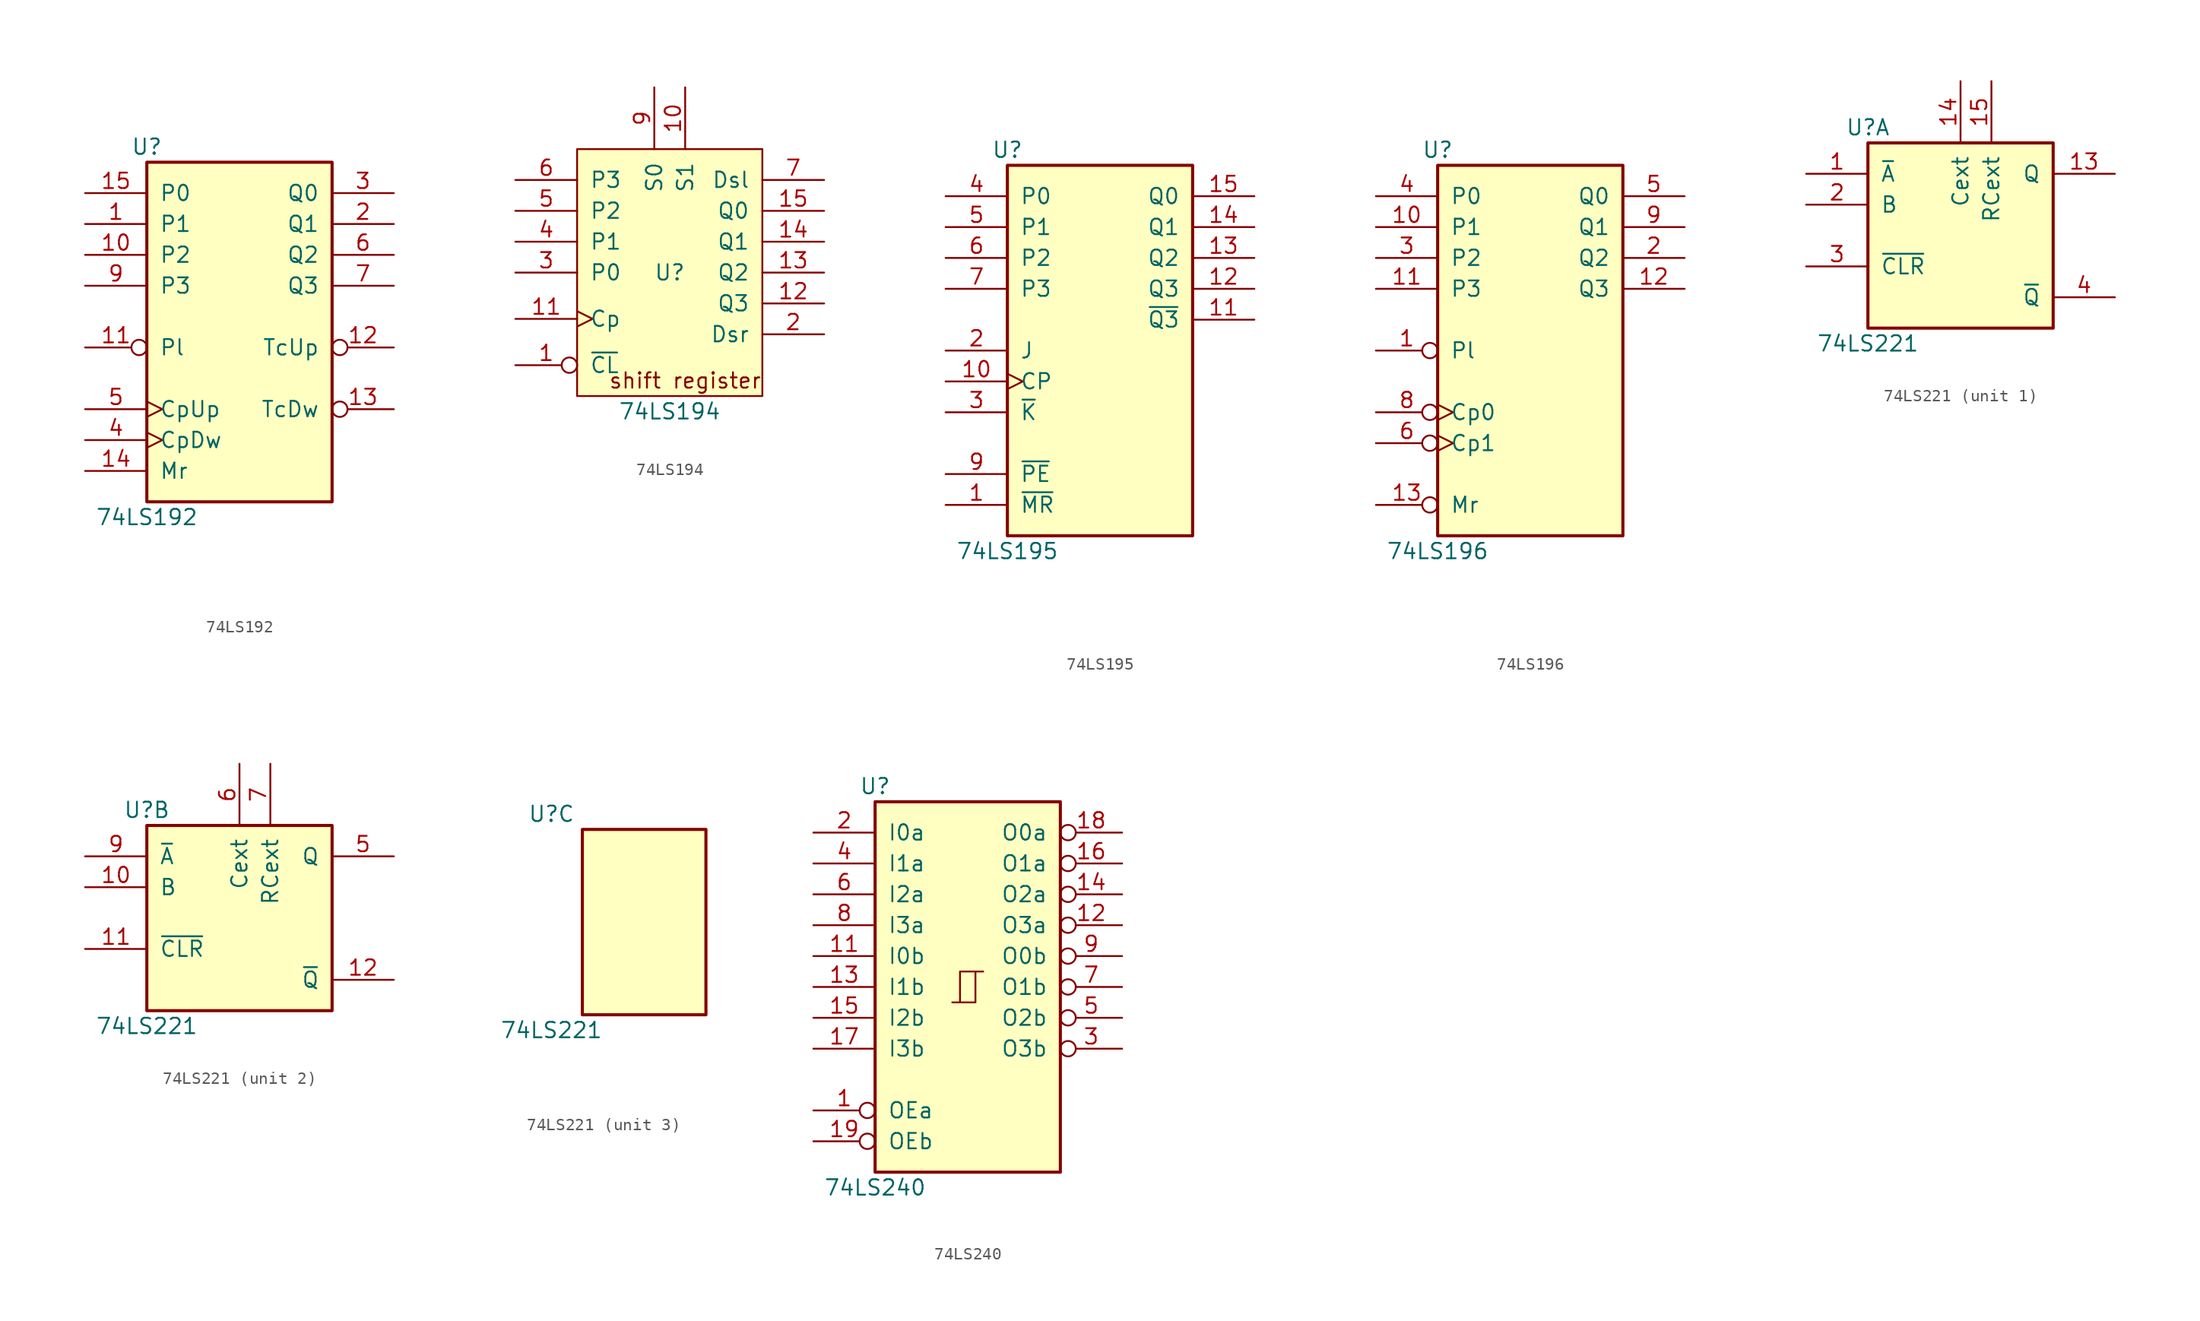
<source format=kicad_sym>
(kicad_symbol_lib
  (version 20231120)
  (generator "kicad_symbol_editor")
  (generator_version "8.0")
  (symbol "74LS192"
    (pin_names
      (offset 1.016))
    (property "Reference" "U"
      (at -7.62 13.97 0)
      (effects (font (size 1.27 1.27))))
    (property "Value" "74LS192"
      (at -7.62 -16.51 0)
      (effects (font (size 1.27 1.27))))
    (property "ki_locked" ""
      (at 0 0 0)
      (effects (font (size 1.27 1.27))))
    (symbol "74LS192_1_0"
      (pin input line (at -12.7 7.62 0) (length 5.08) (name "P1" (effects (font (size 1.27 1.27)))) (number "1" (effects (font (size 1.27 1.27)))))
      (pin input line (at -12.7 5.08 0) (length 5.08) (name "P2" (effects (font (size 1.27 1.27)))) (number "10" (effects (font (size 1.27 1.27)))))
      (pin input inverted (at -12.7 -2.54 0) (length 5.08) (name "Pl" (effects (font (size 1.27 1.27)))) (number "11" (effects (font (size 1.27 1.27)))))
      (pin output inverted (at 12.7 -2.54 180) (length 5.08) (name "TcUp" (effects (font (size 1.27 1.27)))) (number "12" (effects (font (size 1.27 1.27)))))
      (pin output inverted (at 12.7 -7.62 180) (length 5.08) (name "TcDw" (effects (font (size 1.27 1.27)))) (number "13" (effects (font (size 1.27 1.27)))))
      (pin input line (at -12.7 -12.7 0) (length 5.08) (name "Mr" (effects (font (size 1.27 1.27)))) (number "14" (effects (font (size 1.27 1.27)))))
      (pin input line (at -12.7 10.16 0) (length 5.08) (name "P0" (effects (font (size 1.27 1.27)))) (number "15" (effects (font (size 1.27 1.27)))))
      (pin input line (at 0 17.78 270) (length 5.08) hide (name "VCC" (effects (font (size 1.27 1.27)))) (number "16" (effects (font (size 1.27 1.27)))))
      (pin output line (at 12.7 7.62 180) (length 5.08) (name "Q1" (effects (font (size 1.27 1.27)))) (number "2" (effects (font (size 1.27 1.27)))))
      (pin output line (at 12.7 10.16 180) (length 5.08) (name "Q0" (effects (font (size 1.27 1.27)))) (number "3" (effects (font (size 1.27 1.27)))))
      (pin input clock (at -12.7 -10.16 0) (length 5.08) (name "CpDw" (effects (font (size 1.27 1.27)))) (number "4" (effects (font (size 1.27 1.27)))))
      (pin input clock (at -12.7 -7.62 0) (length 5.08) (name "CpUp" (effects (font (size 1.27 1.27)))) (number "5" (effects (font (size 1.27 1.27)))))
      (pin output line (at 12.7 5.08 180) (length 5.08) (name "Q2" (effects (font (size 1.27 1.27)))) (number "6" (effects (font (size 1.27 1.27)))))
      (pin output line (at 12.7 2.54 180) (length 5.08) (name "Q3" (effects (font (size 1.27 1.27)))) (number "7" (effects (font (size 1.27 1.27)))))
      (pin input line (at 0 -20.32 90) (length 5.08) hide (name "GND" (effects (font (size 1.27 1.27)))) (number "8" (effects (font (size 1.27 1.27)))))
      (pin input line (at -12.7 2.54 0) (length 5.08) (name "P3" (effects (font (size 1.27 1.27)))) (number "9" (effects (font (size 1.27 1.27))))))
    (symbol "74LS192_1_1"
      (rectangle (start -7.62 12.7) (end 7.62 -15.24) (stroke (width 0.254) (type default)) (fill (type background)))))
  (symbol "74LS194"
    (pin_names
      (offset 1.016))
    (property "Reference" "U"
      (at 0 -2.54 0)
      (effects (font (size 1.27 1.27))))
    (property "Value" "74LS194"
      (at 0 -13.97 0)
      (effects (font (size 1.27 1.27))))
    (symbol "74LS194_0_0"
      (text "shift register" (at 1.27 -11.43 0) (effects (font (size 1.27 1.27)))))
    (symbol "74LS194_1_0"
      (pin input inverted (at -12.7 -10.16 0) (length 5.08) (name "~{CL}" (effects (font (size 1.27 1.27)))) (number "1" (effects (font (size 1.27 1.27)))))
      (pin input line (at 1.27 12.7 270) (length 5.08) (name "S1" (effects (font (size 1.27 1.27)))) (number "10" (effects (font (size 1.27 1.27)))))
      (pin input clock (at -12.7 -6.35 0) (length 5.08) (name "Cp" (effects (font (size 1.27 1.27)))) (number "11" (effects (font (size 1.27 1.27)))))
      (pin output line (at 12.7 -5.08 180) (length 5.08) (name "Q3" (effects (font (size 1.27 1.27)))) (number "12" (effects (font (size 1.27 1.27)))))
      (pin output line (at 12.7 -2.54 180) (length 5.08) (name "Q2" (effects (font (size 1.27 1.27)))) (number "13" (effects (font (size 1.27 1.27)))))
      (pin output line (at 12.7 0 180) (length 5.08) (name "Q1" (effects (font (size 1.27 1.27)))) (number "14" (effects (font (size 1.27 1.27)))))
      (pin output line (at 12.7 2.54 180) (length 5.08) (name "Q0" (effects (font (size 1.27 1.27)))) (number "15" (effects (font (size 1.27 1.27)))))
      (pin input line (at 12.7 -7.62 180) (length 5.08) (name "Dsr" (effects (font (size 1.27 1.27)))) (number "2" (effects (font (size 1.27 1.27)))))
      (pin input line (at -12.7 -2.54 0) (length 5.08) (name "P0" (effects (font (size 1.27 1.27)))) (number "3" (effects (font (size 1.27 1.27)))))
      (pin input line (at -12.7 0 0) (length 5.08) (name "P1" (effects (font (size 1.27 1.27)))) (number "4" (effects (font (size 1.27 1.27)))))
      (pin input line (at -12.7 2.54 0) (length 5.08) (name "P2" (effects (font (size 1.27 1.27)))) (number "5" (effects (font (size 1.27 1.27)))))
      (pin input line (at -12.7 5.08 0) (length 5.08) (name "P3" (effects (font (size 1.27 1.27)))) (number "6" (effects (font (size 1.27 1.27)))))
      (pin input line (at 12.7 5.08 180) (length 5.08) (name "Dsl" (effects (font (size 1.27 1.27)))) (number "7" (effects (font (size 1.27 1.27)))))
      (pin input line (at -1.27 12.7 270) (length 5.08) (name "S0" (effects (font (size 1.27 1.27)))) (number "9" (effects (font (size 1.27 1.27))))))
    (symbol "74LS194_1_1"
      (rectangle (start -7.62 7.62) (end 7.62 -12.7) (stroke (width 0) (type default)) (fill (type background)))))
  (symbol "74LS195"
    (pin_names
      (offset 1.016))
    (property "Reference" "U"
      (at -7.62 16.51 0)
      (effects (font (size 1.27 1.27))))
    (property "Value" "74LS195"
      (at -7.62 -16.51 0)
      (effects (font (size 1.27 1.27))))
    (property "ki_locked" ""
      (at 0 0 0)
      (effects (font (size 1.27 1.27))))
    (symbol "74LS195_1_0"
      (pin input line (at -12.7 -12.7 0) (length 5.08) (name "~{MR}" (effects (font (size 1.27 1.27)))) (number "1" (effects (font (size 1.27 1.27)))))
      (pin input clock (at -12.7 -2.54 0) (length 5.08) (name "CP" (effects (font (size 1.27 1.27)))) (number "10" (effects (font (size 1.27 1.27)))))
      (pin output line (at 12.7 2.54 180) (length 5.08) (name "~{Q3}" (effects (font (size 1.27 1.27)))) (number "11" (effects (font (size 1.27 1.27)))))
      (pin output line (at 12.7 5.08 180) (length 5.08) (name "Q3" (effects (font (size 1.27 1.27)))) (number "12" (effects (font (size 1.27 1.27)))))
      (pin output line (at 12.7 7.62 180) (length 5.08) (name "Q2" (effects (font (size 1.27 1.27)))) (number "13" (effects (font (size 1.27 1.27)))))
      (pin output line (at 12.7 10.16 180) (length 5.08) (name "Q1" (effects (font (size 1.27 1.27)))) (number "14" (effects (font (size 1.27 1.27)))))
      (pin output line (at 12.7 12.7 180) (length 5.08) (name "Q0" (effects (font (size 1.27 1.27)))) (number "15" (effects (font (size 1.27 1.27)))))
      (pin input line (at 0 20.32 270) (length 5.08) hide (name "VCC" (effects (font (size 1.27 1.27)))) (number "16" (effects (font (size 1.27 1.27)))))
      (pin input line (at -12.7 0 0) (length 5.08) (name "J" (effects (font (size 1.27 1.27)))) (number "2" (effects (font (size 1.27 1.27)))))
      (pin input line (at -12.7 -5.08 0) (length 5.08) (name "~{K}" (effects (font (size 1.27 1.27)))) (number "3" (effects (font (size 1.27 1.27)))))
      (pin input line (at -12.7 12.7 0) (length 5.08) (name "P0" (effects (font (size 1.27 1.27)))) (number "4" (effects (font (size 1.27 1.27)))))
      (pin input line (at -12.7 10.16 0) (length 5.08) (name "P1" (effects (font (size 1.27 1.27)))) (number "5" (effects (font (size 1.27 1.27)))))
      (pin input line (at -12.7 7.62 0) (length 5.08) (name "P2" (effects (font (size 1.27 1.27)))) (number "6" (effects (font (size 1.27 1.27)))))
      (pin input line (at -12.7 5.08 0) (length 5.08) (name "P3" (effects (font (size 1.27 1.27)))) (number "7" (effects (font (size 1.27 1.27)))))
      (pin input line (at 0 -20.32 90) (length 5.08) hide (name "GND" (effects (font (size 1.27 1.27)))) (number "8" (effects (font (size 1.27 1.27)))))
      (pin input line (at -12.7 -10.16 0) (length 5.08) (name "~{PE}" (effects (font (size 1.27 1.27)))) (number "9" (effects (font (size 1.27 1.27))))))
    (symbol "74LS195_1_1"
      (rectangle (start -7.62 15.24) (end 7.62 -15.24) (stroke (width 0.254) (type default)) (fill (type background)))))
  (symbol "74LS196"
    (pin_names
      (offset 1.016))
    (property "Reference" "U"
      (at -7.62 16.51 0)
      (effects (font (size 1.27 1.27))))
    (property "Value" "74LS196"
      (at -7.62 -16.51 0)
      (effects (font (size 1.27 1.27))))
    (property "ki_locked" ""
      (at 0 0 0)
      (effects (font (size 1.27 1.27))))
    (symbol "74LS196_1_0"
      (pin input inverted (at -12.7 0 0) (length 5.08) (name "Pl" (effects (font (size 1.27 1.27)))) (number "1" (effects (font (size 1.27 1.27)))))
      (pin input line (at -12.7 10.16 0) (length 5.08) (name "P1" (effects (font (size 1.27 1.27)))) (number "10" (effects (font (size 1.27 1.27)))))
      (pin input line (at -12.7 5.08 0) (length 5.08) (name "P3" (effects (font (size 1.27 1.27)))) (number "11" (effects (font (size 1.27 1.27)))))
      (pin output line (at 12.7 5.08 180) (length 5.08) (name "Q3" (effects (font (size 1.27 1.27)))) (number "12" (effects (font (size 1.27 1.27)))))
      (pin input inverted (at -12.7 -12.7 0) (length 5.08) (name "Mr" (effects (font (size 1.27 1.27)))) (number "13" (effects (font (size 1.27 1.27)))))
      (pin input line (at 0 20.32 270) (length 5.08) hide (name "VCC" (effects (font (size 1.27 1.27)))) (number "14" (effects (font (size 1.27 1.27)))))
      (pin output line (at 12.7 7.62 180) (length 5.08) (name "Q2" (effects (font (size 1.27 1.27)))) (number "2" (effects (font (size 1.27 1.27)))))
      (pin input line (at -12.7 7.62 0) (length 5.08) (name "P2" (effects (font (size 1.27 1.27)))) (number "3" (effects (font (size 1.27 1.27)))))
      (pin input line (at -12.7 12.7 0) (length 5.08) (name "P0" (effects (font (size 1.27 1.27)))) (number "4" (effects (font (size 1.27 1.27)))))
      (pin output line (at 12.7 12.7 180) (length 5.08) (name "Q0" (effects (font (size 1.27 1.27)))) (number "5" (effects (font (size 1.27 1.27)))))
      (pin input inverted_clock (at -12.7 -7.62 0) (length 5.08) (name "Cp1" (effects (font (size 1.27 1.27)))) (number "6" (effects (font (size 1.27 1.27)))))
      (pin input line (at 0 -20.32 90) (length 5.08) hide (name "GND" (effects (font (size 1.27 1.27)))) (number "7" (effects (font (size 1.27 1.27)))))
      (pin input inverted_clock (at -12.7 -5.08 0) (length 5.08) (name "Cp0" (effects (font (size 1.27 1.27)))) (number "8" (effects (font (size 1.27 1.27)))))
      (pin output line (at 12.7 10.16 180) (length 5.08) (name "Q1" (effects (font (size 1.27 1.27)))) (number "9" (effects (font (size 1.27 1.27))))))
    (symbol "74LS196_1_1"
      (rectangle (start -7.62 15.24) (end 7.62 -15.24) (stroke (width 0.254) (type default)) (fill (type background)))))
  (symbol "74LS221"
    (pin_names
      (offset 1.016))
    (property "Reference" "U"
      (at -7.62 8.89 0)
      (effects (font (size 1.27 1.27))))
    (property "Value" "74LS221"
      (at -7.62 -8.89 0)
      (effects (font (size 1.27 1.27))))
    (property "ki_locked" ""
      (at 0 0 0)
      (effects (font (size 1.27 1.27))))
    (symbol "74LS221_1_0"
      (pin input line (at -12.7 5.08 0) (length 5.08) (name "~{A}" (effects (font (size 1.27 1.27)))) (number "1" (effects (font (size 1.27 1.27)))))
      (pin output line (at 12.7 5.08 180) (length 5.08) (name "Q" (effects (font (size 1.27 1.27)))) (number "13" (effects (font (size 1.27 1.27)))))
      (pin input line (at 0 12.7 270) (length 5.08) (name "Cext" (effects (font (size 1.27 1.27)))) (number "14" (effects (font (size 1.27 1.27)))))
      (pin input line (at 2.54 12.7 270) (length 5.08) (name "RCext" (effects (font (size 1.27 1.27)))) (number "15" (effects (font (size 1.27 1.27)))))
      (pin input line (at -12.7 2.54 0) (length 5.08) (name "B" (effects (font (size 1.27 1.27)))) (number "2" (effects (font (size 1.27 1.27)))))
      (pin input line (at -12.7 -2.54 0) (length 5.08) (name "~{CLR}" (effects (font (size 1.27 1.27)))) (number "3" (effects (font (size 1.27 1.27)))))
      (pin output line (at 12.7 -5.08 180) (length 5.08) (name "~{Q}" (effects (font (size 1.27 1.27)))) (number "4" (effects (font (size 1.27 1.27))))))
    (symbol "74LS221_1_1"
      (rectangle (start -7.62 7.62) (end 7.62 -7.62) (stroke (width 0.254) (type default)) (fill (type background))))
    (symbol "74LS221_2_0"
      (pin input line (at -12.7 2.54 0) (length 5.08) (name "B" (effects (font (size 1.27 1.27)))) (number "10" (effects (font (size 1.27 1.27)))))
      (pin input line (at -12.7 -2.54 0) (length 5.08) (name "~{CLR}" (effects (font (size 1.27 1.27)))) (number "11" (effects (font (size 1.27 1.27)))))
      (pin output line (at 12.7 -5.08 180) (length 5.08) (name "~{Q}" (effects (font (size 1.27 1.27)))) (number "12" (effects (font (size 1.27 1.27)))))
      (pin output line (at 12.7 5.08 180) (length 5.08) (name "Q" (effects (font (size 1.27 1.27)))) (number "5" (effects (font (size 1.27 1.27)))))
      (pin input line (at 0 12.7 270) (length 5.08) (name "Cext" (effects (font (size 1.27 1.27)))) (number "6" (effects (font (size 1.27 1.27)))))
      (pin input line (at 2.54 12.7 270) (length 5.08) (name "RCext" (effects (font (size 1.27 1.27)))) (number "7" (effects (font (size 1.27 1.27)))))
      (pin input line (at -12.7 5.08 0) (length 5.08) (name "~{A}" (effects (font (size 1.27 1.27)))) (number "9" (effects (font (size 1.27 1.27))))))
    (symbol "74LS221_2_1"
      (rectangle (start -7.62 7.62) (end 7.62 -7.62) (stroke (width 0.254) (type default)) (fill (type background))))
    (symbol "74LS221_3_0"
      (pin input line (at 0 12.7 270) (length 5.08) hide (name "VCC" (effects (font (size 1.27 1.27)))) (number "16" (effects (font (size 1.27 1.27)))))
      (pin input line (at 0 -12.7 90) (length 5.08) hide (name "GND" (effects (font (size 1.27 1.27)))) (number "8" (effects (font (size 1.27 1.27))))))
    (symbol "74LS221_3_1"
      (rectangle (start -5.08 7.62) (end 5.08 -7.62) (stroke (width 0.254) (type default)) (fill (type background)))))
  (symbol "74LS240"
    (pin_names
      (offset 1.016))
    (property "Reference" "U"
      (at -7.62 16.51 0)
      (effects (font (size 1.27 1.27))))
    (property "Value" "74LS240"
      (at -7.62 -16.51 0)
      (effects (font (size 1.27 1.27))))
    (property "ki_locked" ""
      (at 0 0 0)
      (effects (font (size 1.27 1.27))))
    (symbol "74LS240_1_0"
      (polyline (pts (xy -0.635 -1.27) (xy -0.635 1.27) (xy 0.635 1.27)) (stroke (width 0) (type default)) (fill (type none)))
      (polyline (pts (xy -1.27 -1.27) (xy 0.635 -1.27) (xy 0.635 1.27) (xy 1.27 1.27)) (stroke (width 0) (type default)) (fill (type none)))
      (pin input inverted (at -12.7 -10.16 0) (length 5.08) (name "OEa" (effects (font (size 1.27 1.27)))) (number "1" (effects (font (size 1.27 1.27)))))
      (pin power_in line (at 0 -15.24 90) (length 5.08) hide (name "GND" (effects (font (size 1.27 1.27)))) (number "10" (effects (font (size 1.27 1.27)))))
      (pin input line (at -12.7 2.54 0) (length 5.08) (name "I0b" (effects (font (size 1.27 1.27)))) (number "11" (effects (font (size 1.27 1.27)))))
      (pin tri_state inverted (at 12.7 5.08 180) (length 5.08) (name "O3a" (effects (font (size 1.27 1.27)))) (number "12" (effects (font (size 1.27 1.27)))))
      (pin input line (at -12.7 0 0) (length 5.08) (name "I1b" (effects (font (size 1.27 1.27)))) (number "13" (effects (font (size 1.27 1.27)))))
      (pin tri_state inverted (at 12.7 7.62 180) (length 5.08) (name "O2a" (effects (font (size 1.27 1.27)))) (number "14" (effects (font (size 1.27 1.27)))))
      (pin input line (at -12.7 -2.54 0) (length 5.08) (name "I2b" (effects (font (size 1.27 1.27)))) (number "15" (effects (font (size 1.27 1.27)))))
      (pin tri_state inverted (at 12.7 10.16 180) (length 5.08) (name "O1a" (effects (font (size 1.27 1.27)))) (number "16" (effects (font (size 1.27 1.27)))))
      (pin input line (at -12.7 -5.08 0) (length 5.08) (name "I3b" (effects (font (size 1.27 1.27)))) (number "17" (effects (font (size 1.27 1.27)))))
      (pin tri_state inverted (at 12.7 12.7 180) (length 5.08) (name "O0a" (effects (font (size 1.27 1.27)))) (number "18" (effects (font (size 1.27 1.27)))))
      (pin input inverted (at -12.7 -12.7 0) (length 5.08) (name "OEb" (effects (font (size 1.27 1.27)))) (number "19" (effects (font (size 1.27 1.27)))))
      (pin input line (at -12.7 12.7 0) (length 5.08) (name "I0a" (effects (font (size 1.27 1.27)))) (number "2" (effects (font (size 1.27 1.27)))))
      (pin power_in line (at 0 15.24 270) (length 5.08) hide (name "VCC" (effects (font (size 1.27 1.27)))) (number "20" (effects (font (size 1.27 1.27)))))
      (pin tri_state inverted (at 12.7 -5.08 180) (length 5.08) (name "O3b" (effects (font (size 1.27 1.27)))) (number "3" (effects (font (size 1.27 1.27)))))
      (pin input line (at -12.7 10.16 0) (length 5.08) (name "I1a" (effects (font (size 1.27 1.27)))) (number "4" (effects (font (size 1.27 1.27)))))
      (pin tri_state inverted (at 12.7 -2.54 180) (length 5.08) (name "O2b" (effects (font (size 1.27 1.27)))) (number "5" (effects (font (size 1.27 1.27)))))
      (pin input line (at -12.7 7.62 0) (length 5.08) (name "I2a" (effects (font (size 1.27 1.27)))) (number "6" (effects (font (size 1.27 1.27)))))
      (pin tri_state inverted (at 12.7 0 180) (length 5.08) (name "O1b" (effects (font (size 1.27 1.27)))) (number "7" (effects (font (size 1.27 1.27)))))
      (pin input line (at -12.7 5.08 0) (length 5.08) (name "I3a" (effects (font (size 1.27 1.27)))) (number "8" (effects (font (size 1.27 1.27)))))
      (pin tri_state inverted (at 12.7 2.54 180) (length 5.08) (name "O0b" (effects (font (size 1.27 1.27)))) (number "9" (effects (font (size 1.27 1.27))))))
    (symbol "74LS240_1_1"
      (rectangle (start -7.62 15.24) (end 7.62 -15.24) (stroke (width 0.254) (type default)) (fill (type background))))))
</source>
